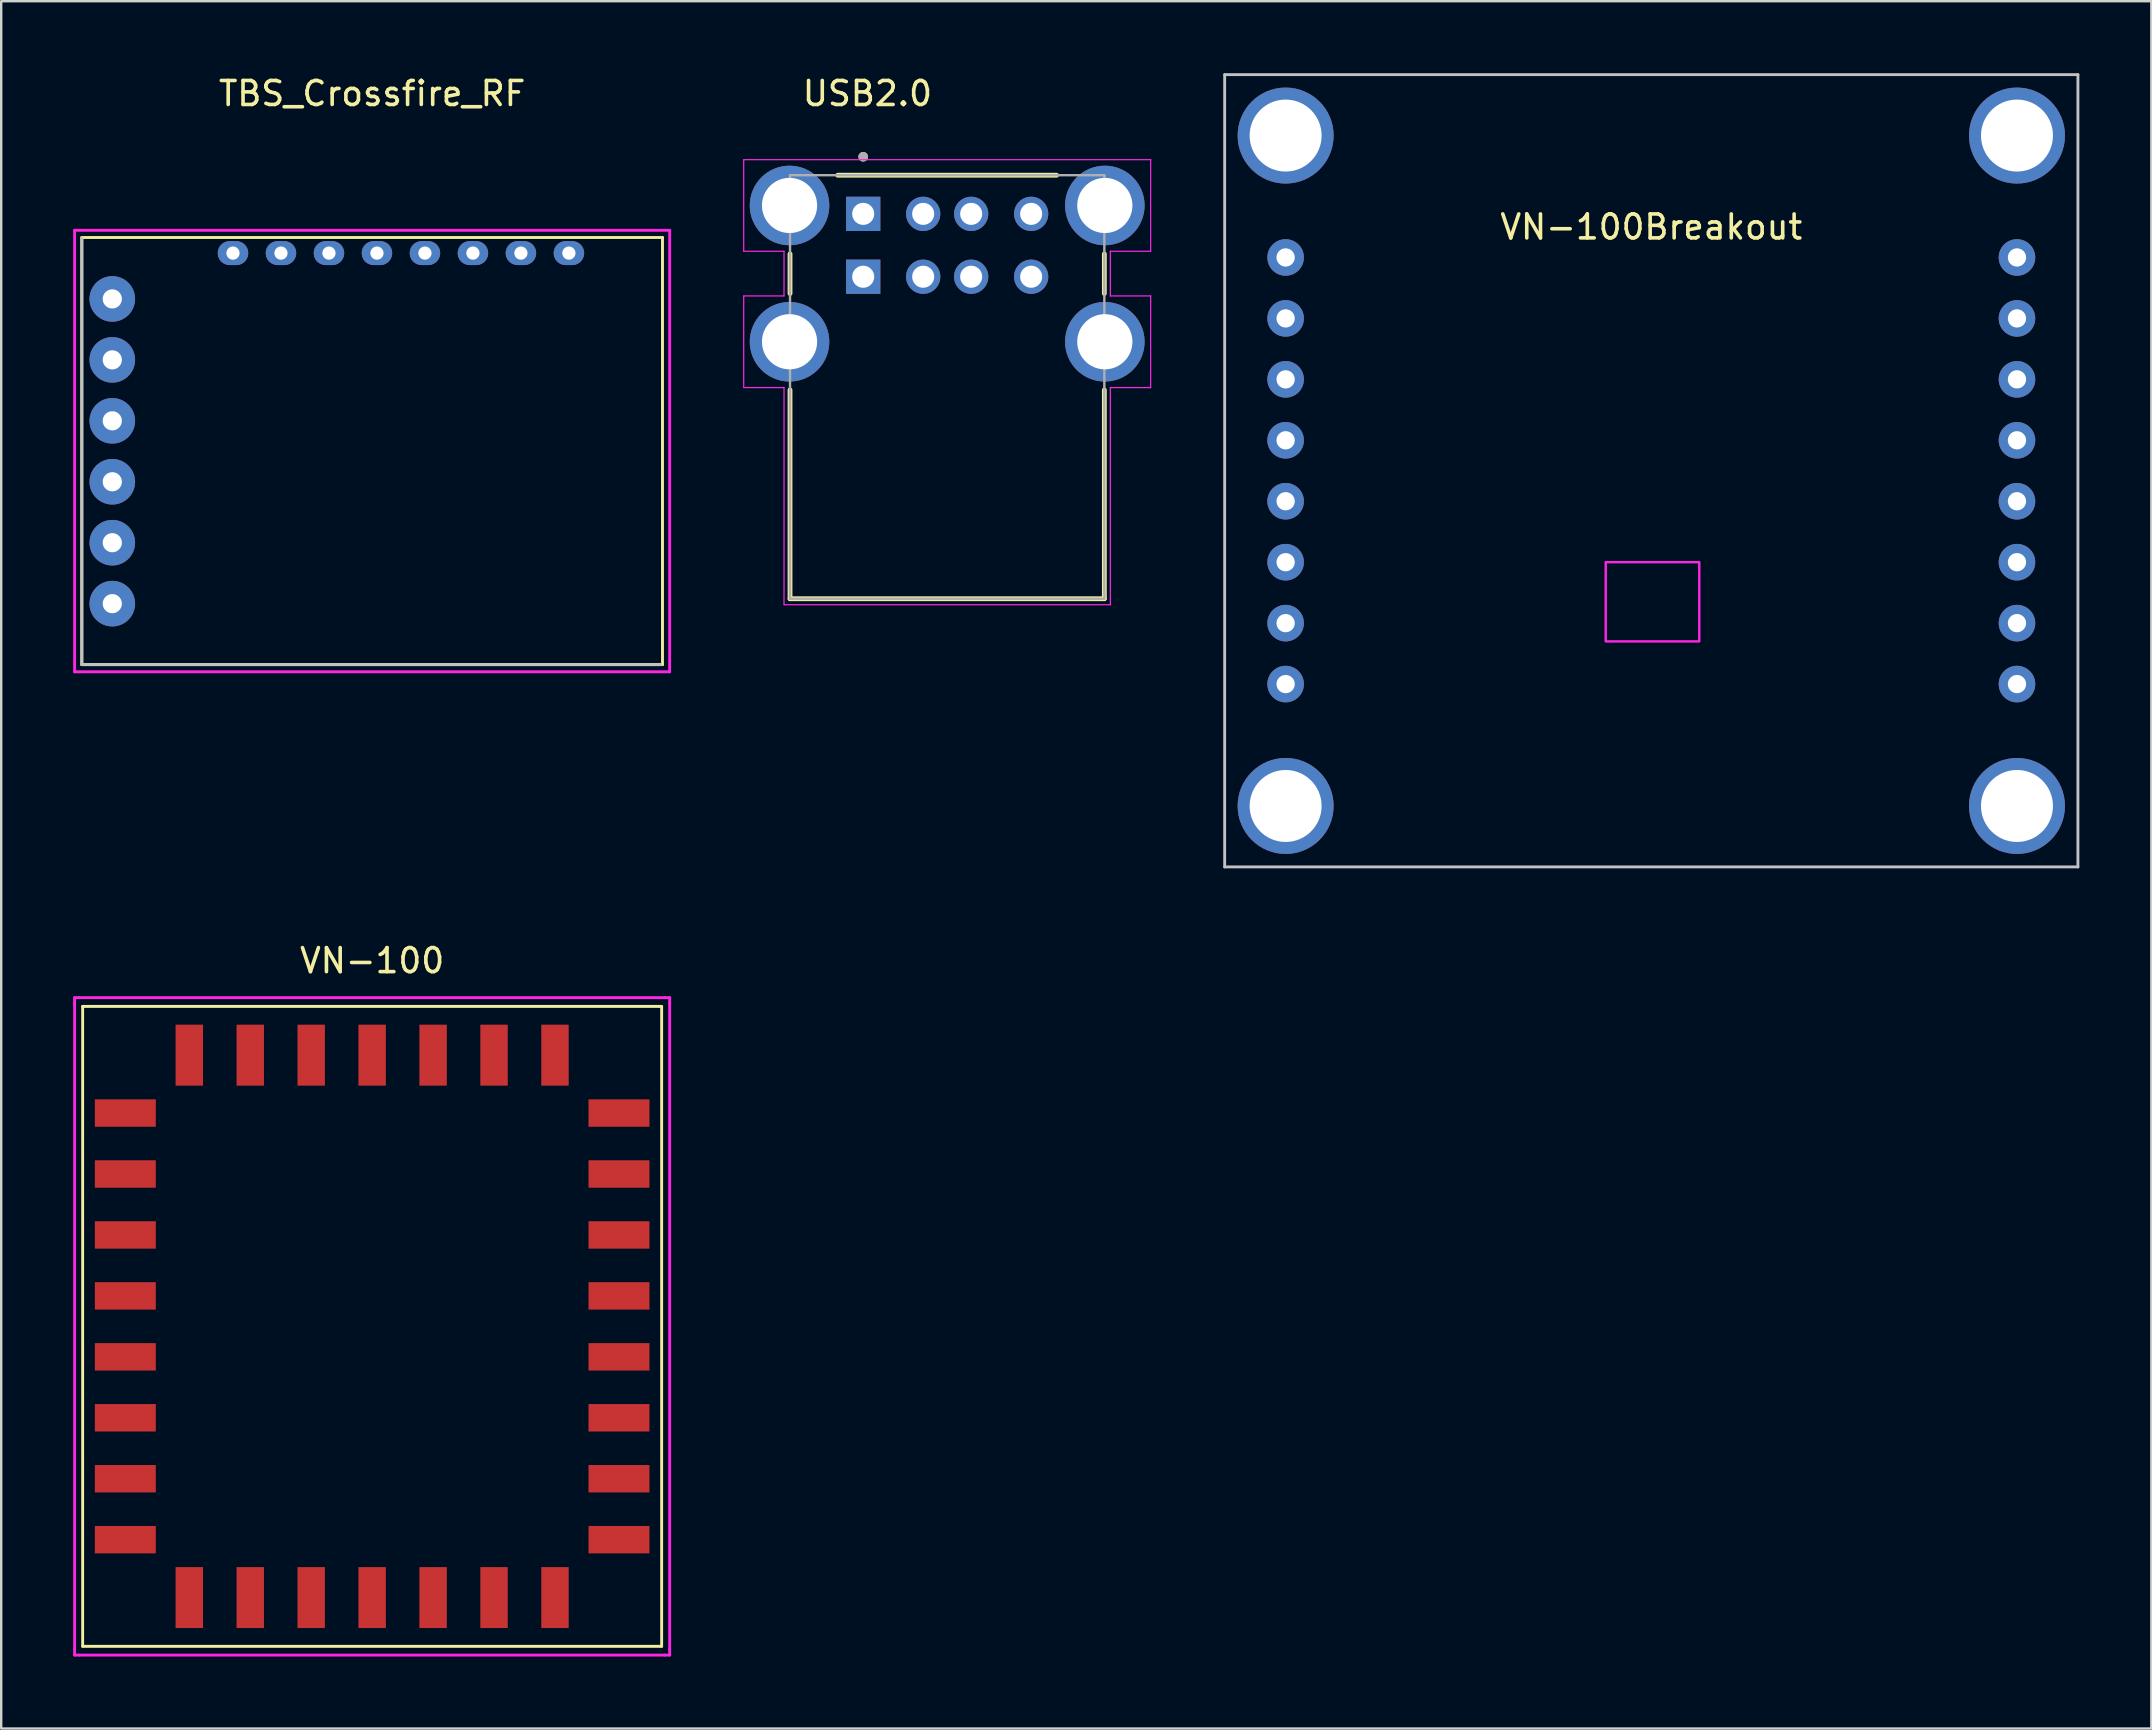
<source format=kicad_pcb>
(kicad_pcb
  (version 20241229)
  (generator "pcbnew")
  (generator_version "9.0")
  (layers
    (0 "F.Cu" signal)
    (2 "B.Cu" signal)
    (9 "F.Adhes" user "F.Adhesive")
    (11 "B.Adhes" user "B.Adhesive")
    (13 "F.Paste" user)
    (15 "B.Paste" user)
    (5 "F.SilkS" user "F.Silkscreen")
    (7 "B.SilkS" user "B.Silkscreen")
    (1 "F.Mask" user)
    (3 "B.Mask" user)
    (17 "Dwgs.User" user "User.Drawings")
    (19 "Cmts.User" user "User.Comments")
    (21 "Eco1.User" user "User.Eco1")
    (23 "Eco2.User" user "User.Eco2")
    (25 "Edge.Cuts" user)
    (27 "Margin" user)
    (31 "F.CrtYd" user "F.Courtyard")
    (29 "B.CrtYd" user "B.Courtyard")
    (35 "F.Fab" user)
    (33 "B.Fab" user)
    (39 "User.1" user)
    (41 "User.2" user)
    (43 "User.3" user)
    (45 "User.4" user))
  (footprint "VN-100"
    (layer "F.Cu")
    (at 12.46 52.228)
    (property "Reference" "VN-100" (at 0 -15.24 0) (layer "F.SilkS") (effects (font (size 1 1) (thickness 0.15))))
    (attr through_hole)
    (fp_line (start -12.065 -13.335) (end 12.065 -13.335) (stroke (width 0.12) (type solid)) (layer "F.SilkS"))
    (fp_line (start -12.065 13.335) (end -12.065 -13.335) (stroke (width 0.12) (type solid)) (layer "F.SilkS"))
    (fp_line (start 12.065 -13.335) (end 12.065 13.335) (stroke (width 0.12) (type solid)) (layer "F.SilkS"))
    (fp_line (start 12.065 13.335) (end -12.065 13.335) (stroke (width 0.12) (type solid)) (layer "F.SilkS"))
    (fp_line (start -12.4 -13.7) (end -12.4 -13.462) (stroke (width 0.12) (type solid)) (layer "F.CrtYd"))
    (fp_line (start -12.4 13.462) (end -12.4 -13.462) (stroke (width 0.12) (type solid)) (layer "F.CrtYd"))
    (fp_line (start -12.4 13.462) (end -12.4 13.7) (stroke (width 0.12) (type solid)) (layer "F.CrtYd"))
    (fp_line (start -12.4 13.7) (end -12.2 13.7) (stroke (width 0.12) (type solid)) (layer "F.CrtYd"))
    (fp_line (start -12.192 -13.7) (end -12.4 -13.7) (stroke (width 0.12) (type solid)) (layer "F.CrtYd"))
    (fp_line (start 12.184 13.7) (end -12.2 13.7) (stroke (width 0.12) (type solid)) (layer "F.CrtYd"))
    (fp_line (start 12.192 -13.7) (end -12.192 -13.7) (stroke (width 0.12) (type solid)) (layer "F.CrtYd"))
    (fp_line (start 12.4 -13.7) (end 12.2 -13.7) (stroke (width 0.12) (type solid)) (layer "F.CrtYd"))
    (fp_line (start 12.4 -13.462) (end 12.4 -13.7) (stroke (width 0.12) (type solid)) (layer "F.CrtYd"))
    (fp_line (start 12.4 -13.462) (end 12.4 13.462) (stroke (width 0.12) (type solid)) (layer "F.CrtYd"))
    (fp_line (start 12.4 13.462) (end 12.4 13.7) (stroke (width 0.12) (type solid)) (layer "F.CrtYd"))
    (fp_line (start 12.4 13.7) (end 12.184 13.7) (stroke (width 0.12) (type solid)) (layer "F.CrtYd"))
    (pad "1" smd rect (at 10.287 8.89 90) (size 1.143 2.54) (layers "F.Cu" "F.Mask" "F.Paste"))
    (pad "2" smd rect (at 10.287 6.35 90) (size 1.143 2.54) (layers "F.Cu" "F.Mask" "F.Paste"))
    (pad "3" smd rect (at 10.287 3.81 90) (size 1.143 2.54) (layers "F.Cu" "F.Mask" "F.Paste"))
    (pad "4" smd rect (at 10.287 1.27 90) (size 1.143 2.54) (layers "F.Cu" "F.Mask" "F.Paste"))
    (pad "5" smd rect (at 10.287 -1.27 90) (size 1.143 2.54) (layers "F.Cu" "F.Mask" "F.Paste"))
    (pad "6" smd rect (at 10.287 -3.81 90) (size 1.143 2.54) (layers "F.Cu" "F.Mask" "F.Paste"))
    (pad "7" smd rect (at 10.287 -6.35 90) (size 1.143 2.54) (layers "F.Cu" "F.Mask" "F.Paste"))
    (pad "8" smd rect (at 10.287 -8.89 90) (size 1.143 2.54) (layers "F.Cu" "F.Mask" "F.Paste"))
    (pad "9" smd rect (at 7.62 -11.303) (size 1.143 2.54) (layers "F.Cu" "F.Mask" "F.Paste"))
    (pad "10" smd rect (at 5.08 -11.303) (size 1.143 2.54) (layers "F.Cu" "F.Mask" "F.Paste"))
    (pad "11" smd rect (at 2.54 -11.303) (size 1.143 2.54) (layers "F.Cu" "F.Mask" "F.Paste"))
    (pad "12" smd rect (at 0 -11.303) (size 1.143 2.54) (layers "F.Cu" "F.Mask" "F.Paste"))
    (pad "13" smd rect (at -2.54 -11.303) (size 1.143 2.54) (layers "F.Cu" "F.Mask" "F.Paste"))
    (pad "14" smd rect (at -5.08 -11.303) (size 1.143 2.54) (layers "F.Cu" "F.Mask" "F.Paste"))
    (pad "15" smd rect (at -7.62 -11.303) (size 1.143 2.54) (layers "F.Cu" "F.Mask" "F.Paste"))
    (pad "16" smd rect (at -10.287 -8.89 90) (size 1.143 2.54) (layers "F.Cu" "F.Mask" "F.Paste"))
    (pad "17" smd rect (at -10.287 -6.35 90) (size 1.143 2.54) (layers "F.Cu" "F.Mask" "F.Paste"))
    (pad "18" smd rect (at -10.287 -3.81 90) (size 1.143 2.54) (layers "F.Cu" "F.Mask" "F.Paste"))
    (pad "19" smd rect (at -10.287 -1.27 90) (size 1.143 2.54) (layers "F.Cu" "F.Mask" "F.Paste"))
    (pad "20" smd rect (at -10.287 1.27 90) (size 1.143 2.54) (layers "F.Cu" "F.Mask" "F.Paste"))
    (pad "21" smd rect (at -10.287 3.81 90) (size 1.143 2.54) (layers "F.Cu" "F.Mask" "F.Paste"))
    (pad "22" smd rect (at -10.287 6.35 90) (size 1.143 2.54) (layers "F.Cu" "F.Mask" "F.Paste"))
    (pad "23" smd rect (at -10.287 8.89 90) (size 1.143 2.54) (layers "F.Cu" "F.Mask" "F.Paste"))
    (pad "24" smd rect (at -7.62 11.303 180) (size 1.143 2.54) (layers "F.Cu" "F.Mask" "F.Paste"))
    (pad "25" smd rect (at -5.08 11.303 180) (size 1.143 2.54) (layers "F.Cu" "F.Mask" "F.Paste"))
    (pad "26" smd rect (at -2.54 11.303 180) (size 1.143 2.54) (layers "F.Cu" "F.Mask" "F.Paste"))
    (pad "27" smd rect (at 0 11.303 180) (size 1.143 2.54) (layers "F.Cu" "F.Mask" "F.Paste"))
    (pad "28" smd rect (at 2.54 11.303 180) (size 1.143 2.54) (layers "F.Cu" "F.Mask" "F.Paste"))
    (pad "29" smd rect (at 5.08 11.303 180) (size 1.143 2.54) (layers "F.Cu" "F.Mask" "F.Paste"))
    (pad "30" smd rect (at 7.62 11.303) (size 1.143 2.54) (layers "F.Cu" "F.Mask" "F.Paste")))
  (footprint "USB2.0"
    (layer "F.Cu")
    (at 36.425 8.483)
    (property "Reference" "USB2.0" (at -3.325 -7.635 0) (layer "F.SilkS") (effects (font (size 1 1) (thickness 0.15))))
    (attr through_hole)
    (fp_line (start -6.55 0.7) (end -6.55 -0.95) (stroke (width 0.2) (type solid)) (layer "F.SilkS"))
    (fp_line (start -6.55 13.42) (end -6.55 4.72) (stroke (width 0.2) (type solid)) (layer "F.SilkS"))
    (fp_line (start -4.56 -4.23) (end 4.56 -4.23) (stroke (width 0.2) (type solid)) (layer "F.SilkS"))
    (fp_line (start 6.55 -0.95) (end 6.55 0.7) (stroke (width 0.2) (type solid)) (layer "F.SilkS"))
    (fp_line (start 6.55 4.72) (end 6.55 13.42) (stroke (width 0.2) (type solid)) (layer "F.SilkS"))
    (fp_line (start 6.55 13.42) (end -6.55 13.42) (stroke (width 0.2) (type solid)) (layer "F.SilkS"))
    (fp_circle (center -3.5 -5) (end -3.4 -5) (stroke (width 0.2) (type solid)) (fill no) (layer "F.SilkS"))
    (fp_line (start -8.48 -4.88) (end 8.48 -4.88) (stroke (width 0.05) (type solid)) (layer "F.CrtYd"))
    (fp_line (start -8.48 -1.06) (end -8.48 -4.88) (stroke (width 0.05) (type solid)) (layer "F.CrtYd"))
    (fp_line (start -8.48 0.8) (end -6.8 0.8) (stroke (width 0.05) (type solid)) (layer "F.CrtYd"))
    (fp_line (start -8.48 4.62) (end -8.48 0.8) (stroke (width 0.05) (type solid)) (layer "F.CrtYd"))
    (fp_line (start -6.8 -1.06) (end -8.48 -1.06) (stroke (width 0.05) (type solid)) (layer "F.CrtYd"))
    (fp_line (start -6.8 0.8) (end -6.8 -1.06) (stroke (width 0.05) (type solid)) (layer "F.CrtYd"))
    (fp_line (start -6.8 4.62) (end -8.48 4.62) (stroke (width 0.05) (type solid)) (layer "F.CrtYd"))
    (fp_line (start -6.8 13.67) (end -6.8 4.62) (stroke (width 0.05) (type solid)) (layer "F.CrtYd"))
    (fp_line (start 6.8 -1.06) (end 6.8 0.8) (stroke (width 0.05) (type solid)) (layer "F.CrtYd"))
    (fp_line (start 6.8 0.8) (end 8.48 0.8) (stroke (width 0.05) (type solid)) (layer "F.CrtYd"))
    (fp_line (start 6.8 4.62) (end 6.8 13.67) (stroke (width 0.05) (type solid)) (layer "F.CrtYd"))
    (fp_line (start 6.8 13.67) (end -6.8 13.67) (stroke (width 0.05) (type solid)) (layer "F.CrtYd"))
    (fp_line (start 8.48 -4.88) (end 8.48 -1.06) (stroke (width 0.05) (type solid)) (layer "F.CrtYd"))
    (fp_line (start 8.48 -1.06) (end 6.8 -1.06) (stroke (width 0.05) (type solid)) (layer "F.CrtYd"))
    (fp_line (start 8.48 0.8) (end 8.48 4.62) (stroke (width 0.05) (type solid)) (layer "F.CrtYd"))
    (fp_line (start 8.48 4.62) (end 6.8 4.62) (stroke (width 0.05) (type solid)) (layer "F.CrtYd"))
    (fp_line (start -6.55 -4.23) (end 6.55 -4.23) (stroke (width 0.1) (type solid)) (layer "F.Fab"))
    (fp_line (start -6.55 13.42) (end -6.55 -4.23) (stroke (width 0.1) (type solid)) (layer "F.Fab"))
    (fp_line (start 6.55 -4.23) (end 6.55 13.42) (stroke (width 0.1) (type solid)) (layer "F.Fab"))
    (fp_line (start 6.55 13.42) (end -6.55 13.42) (stroke (width 0.1) (type solid)) (layer "F.Fab"))
    (fp_circle (center -3.5 -5) (end -3.4 -5) (stroke (width 0.2) (type solid)) (fill no) (layer "F.Fab"))
    (pad "1_1" thru_hole rect (at -3.5 0) (size 1.428 1.428) (drill 0.92) (layers "*.Cu" "*.Mask"))
    (pad "1_2" thru_hole rect (at -3.5 -2.62) (size 1.428 1.428) (drill 0.92) (layers "*.Cu" "*.Mask"))
    (pad "2_1" thru_hole circle (at -1 0) (size 1.428 1.428) (drill 0.92) (layers "*.Cu" "*.Mask"))
    (pad "2_2" thru_hole circle (at -1 -2.62) (size 1.428 1.428) (drill 0.92) (layers "*.Cu" "*.Mask"))
    (pad "3_1" thru_hole circle (at 1 0) (size 1.428 1.428) (drill 0.92) (layers "*.Cu" "*.Mask"))
    (pad "3_2" thru_hole circle (at 1 -2.62) (size 1.428 1.428) (drill 0.92) (layers "*.Cu" "*.Mask"))
    (pad "4_1" thru_hole circle (at 3.5 0) (size 1.428 1.428) (drill 0.92) (layers "*.Cu" "*.Mask"))
    (pad "4_2" thru_hole circle (at 3.5 -2.62) (size 1.428 1.428) (drill 0.92) (layers "*.Cu" "*.Mask"))
    (pad "S1" thru_hole circle (at -6.57 -2.97) (size 3.316 3.316) (drill 2.3) (layers "*.Cu" "*.Mask"))
    (pad "S1" thru_hole circle (at -6.57 2.71) (size 3.316 3.316) (drill 2.3) (layers "*.Cu" "*.Mask"))
    (pad "S1" thru_hole circle (at 6.57 -2.97) (size 3.316 3.316) (drill 2.3) (layers "*.Cu" "*.Mask"))
    (pad "S1" thru_hole circle (at 6.57 2.71) (size 3.316 3.316) (drill 2.3) (layers "*.Cu" "*.Mask")))
  (footprint "VN-100Breakout"
    (layer "F.Cu")
    (at 65.77 17.84)
    (property "Reference" "VN-100Breakout" (at 0 -11.43 0) (layer "F.SilkS") (effects (font (size 1 1) (thickness 0.15))))
    (attr through_hole)
    (fp_line (start -17.78 -17.78) (end -17.78 15.24) (stroke (width 0.12) (type solid)) (layer "Dwgs.User"))
    (fp_line (start -17.78 15.24) (end 17.78 15.24) (stroke (width 0.12) (type solid)) (layer "Dwgs.User"))
    (fp_line (start 17.78 -17.78) (end -17.78 -17.78) (stroke (width 0.12) (type solid)) (layer "Dwgs.User"))
    (fp_line (start 17.78 15.24) (end 17.78 -17.78) (stroke (width 0.12) (type solid)) (layer "Dwgs.User"))
    (fp_poly (pts (xy 2 5.84) (xy -1.9 5.84) (xy -1.9 2.54) (xy 2 2.54)) (stroke (width 0.1) (type solid)) (fill no) (layer "F.CrtYd"))
    (pad "" thru_hole circle (at -15.24 -15.24) (size 4 4) (drill 3) (layers "*.Cu" "*.Mask"))
    (pad "" thru_hole circle (at -15.24 12.7) (size 4 4) (drill 3) (layers "*.Cu" "*.Mask"))
    (pad "" thru_hole circle (at 15.24 -15.24 180) (size 4 4) (drill 3) (layers "*.Cu" "*.Mask"))
    (pad "" thru_hole circle (at 15.24 12.7) (size 4 4) (drill 3) (layers "*.Cu" "*.Mask"))
    (pad "1" thru_hole circle (at -15.24 -10.16) (size 1.524 1.524) (drill 0.762) (layers "*.Cu" "*.Mask"))
    (pad "2" thru_hole circle (at -15.24 -7.62) (size 1.524 1.524) (drill 0.762) (layers "*.Cu" "*.Mask"))
    (pad "3" thru_hole circle (at -15.24 -5.08) (size 1.524 1.524) (drill 0.762) (layers "*.Cu" "*.Mask"))
    (pad "4" thru_hole circle (at -15.24 -2.54) (size 1.524 1.524) (drill 0.762) (layers "*.Cu" "*.Mask"))
    (pad "5" thru_hole circle (at -15.24 0) (size 1.524 1.524) (drill 0.762) (layers "*.Cu" "*.Mask"))
    (pad "6" thru_hole circle (at -15.24 2.54) (size 1.524 1.524) (drill 0.762) (layers "*.Cu" "*.Mask"))
    (pad "7" thru_hole circle (at -15.24 5.08) (size 1.524 1.524) (drill 0.762) (layers "*.Cu" "*.Mask"))
    (pad "8" thru_hole circle (at -15.24 7.62) (size 1.524 1.524) (drill 0.762) (layers "*.Cu" "*.Mask"))
    (pad "9" thru_hole circle (at 15.24 7.62) (size 1.524 1.524) (drill 0.762) (layers "*.Cu" "*.Mask"))
    (pad "10" thru_hole circle (at 15.24 5.08) (size 1.524 1.524) (drill 0.762) (layers "*.Cu" "*.Mask"))
    (pad "11" thru_hole circle (at 15.24 2.54) (size 1.524 1.524) (drill 0.762) (layers "*.Cu" "*.Mask"))
    (pad "12" thru_hole circle (at 15.24 0) (size 1.524 1.524) (drill 0.762) (layers "*.Cu" "*.Mask"))
    (pad "13" thru_hole circle (at 15.24 -2.54) (size 1.524 1.524) (drill 0.762) (layers "*.Cu" "*.Mask"))
    (pad "14" thru_hole circle (at 15.24 -5.08) (size 1.524 1.524) (drill 0.762) (layers "*.Cu" "*.Mask"))
    (pad "15" thru_hole circle (at 15.24 -7.62) (size 1.524 1.524) (drill 0.762) (layers "*.Cu" "*.Mask"))
    (pad "16" thru_hole circle (at 15.24 -10.16) (size 1.524 1.524) (drill 0.762) (layers "*.Cu" "*.Mask")))
  (footprint "TBS_Crossfire_RF"
    (layer "F.Cu")
    (at 12.46 15.448)
    (property "Reference" "TBS_Crossfire_RF" (at 0 -14.6 0) (layer "F.SilkS") (effects (font (size 1 1) (thickness 0.15))))
    (attr through_hole)
    (fp_line (start -12.1 -8.6) (end 12.1 -8.6) (stroke (width 0.12) (type solid)) (layer "F.SilkS"))
    (fp_line (start -12.1 9.2) (end -12.1 -8.6) (stroke (width 0.12) (type solid)) (layer "F.SilkS"))
    (fp_line (start 12.1 -8.6) (end 12.1 9.2) (stroke (width 0.12) (type solid)) (layer "F.SilkS"))
    (fp_line (start 12.1 9.2) (end -12.1 9.2) (stroke (width 0.12) (type solid)) (layer "F.SilkS"))
    (fp_line (start -12.1 9.2) (end -12.1 -8.58) (stroke (width 0.12) (type solid)) (layer "Dwgs.User"))
    (fp_line (start 12.03 9.2) (end -12.1 9.2) (stroke (width 0.12) (type solid)) (layer "Dwgs.User"))
    (fp_line (start -12.4 -8.9) (end -12.4 9.5) (stroke (width 0.12) (type solid)) (layer "F.CrtYd"))
    (fp_line (start -12.4 -8.9) (end 12.4 -8.9) (stroke (width 0.12) (type solid)) (layer "F.CrtYd"))
    (fp_line (start 12.4 9.5) (end -12.4 9.5) (stroke (width 0.12) (type solid)) (layer "F.CrtYd"))
    (fp_line (start 12.4 9.5) (end 12.4 -8.9) (stroke (width 0.12) (type solid)) (layer "F.CrtYd"))
    (pad "1" thru_hole circle (at -10.83 6.66) (size 1.9 1.9) (drill 0.8) (layers "*.Cu" "*.Mask"))
    (pad "2" thru_hole circle (at -10.83 4.12) (size 1.9 1.9) (drill 0.8) (layers "*.Cu" "*.Mask"))
    (pad "3" thru_hole circle (at -10.83 1.58) (size 1.9 1.9) (drill 0.8) (layers "*.Cu" "*.Mask"))
    (pad "4" thru_hole circle (at -10.83 -0.96) (size 1.9 1.9) (drill 0.8) (layers "*.Cu" "*.Mask"))
    (pad "5" thru_hole circle (at -10.83 -3.5) (size 1.9 1.9) (drill 0.8) (layers "*.Cu" "*.Mask"))
    (pad "6" thru_hole circle (at -10.83 -6.04) (size 1.9 1.9) (drill 0.8) (layers "*.Cu" "*.Mask"))
    (pad "7" thru_hole oval (at -5.8 -7.95) (size 1.27 1) (drill 0.55) (layers "*.Cu" "*.Mask"))
    (pad "8" thru_hole oval (at -3.8 -7.95) (size 1.27 1) (drill 0.55) (layers "*.Cu" "*.Mask"))
    (pad "9" thru_hole oval (at -1.8 -7.95) (size 1.27 1) (drill 0.55) (layers "*.Cu" "*.Mask"))
    (pad "10" thru_hole oval (at 0.2 -7.95) (size 1.27 1) (drill 0.55) (layers "*.Cu" "*.Mask"))
    (pad "11" thru_hole oval (at 2.2 -7.95) (size 1.27 1) (drill 0.55) (layers "*.Cu" "*.Mask"))
    (pad "12" thru_hole oval (at 4.2 -7.95) (size 1.27 1) (drill 0.55) (layers "*.Cu" "*.Mask"))
    (pad "13" thru_hole oval (at 6.2 -7.95) (size 1.27 1) (drill 0.55) (layers "*.Cu" "*.Mask"))
    (pad "14" thru_hole oval (at 8.2 -7.95) (size 1.27 1) (drill 0.55) (layers "*.Cu" "*.Mask")))
  (gr_rect
    (start -3 -3)
    (end 86.61 68.988)
    (stroke (width 0.1) (type default))
    (fill no)
    (layer "Edge.Cuts")))
</source>
